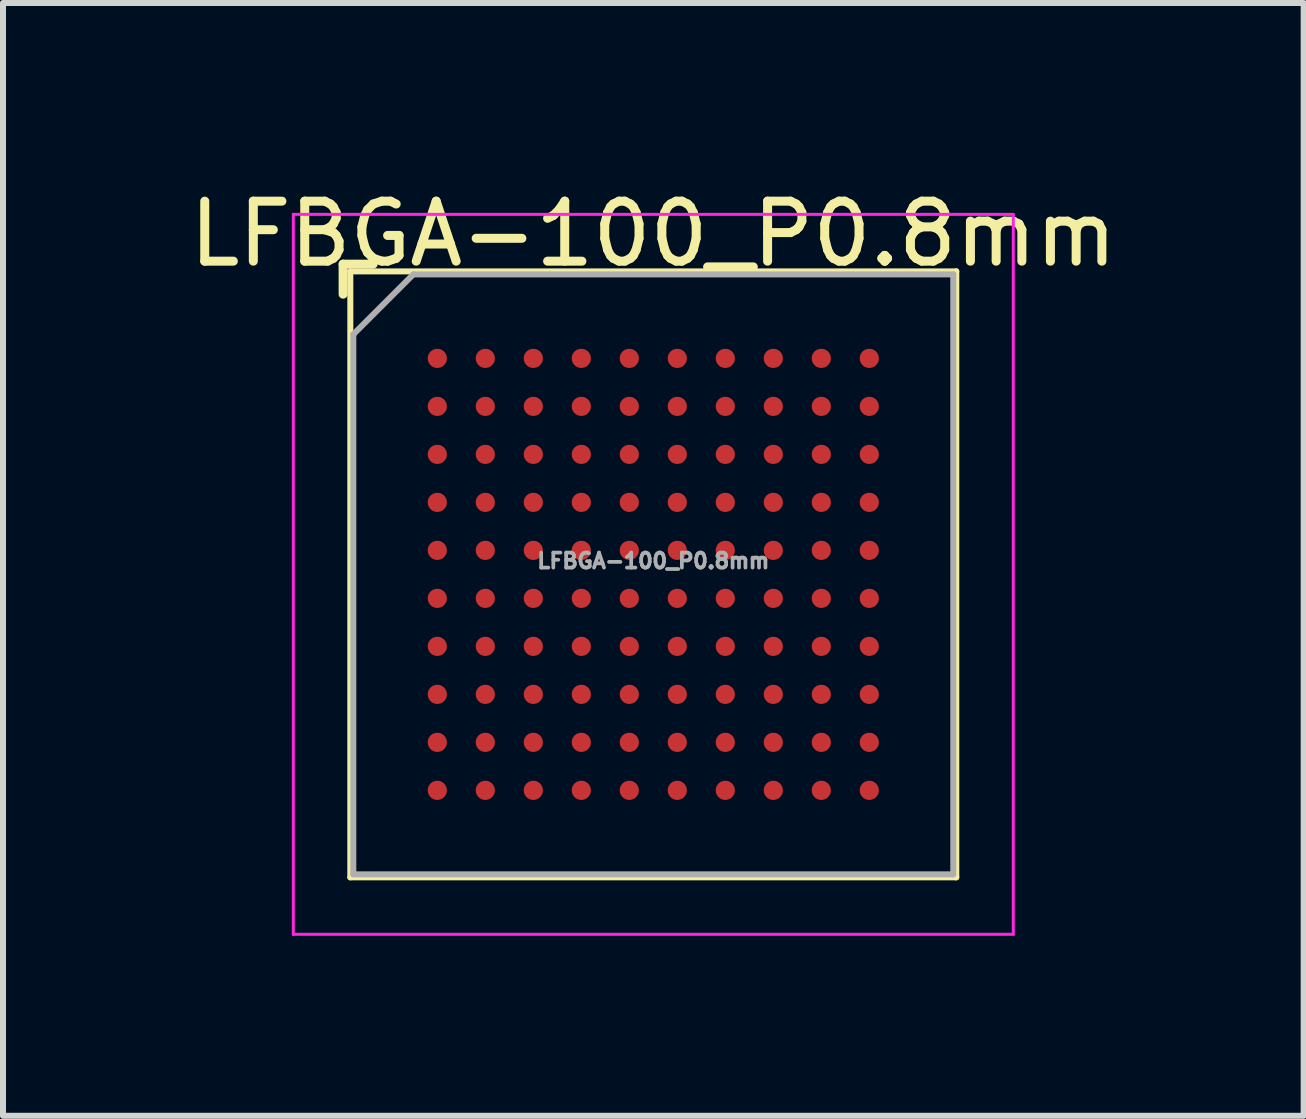
<source format=kicad_pcb>
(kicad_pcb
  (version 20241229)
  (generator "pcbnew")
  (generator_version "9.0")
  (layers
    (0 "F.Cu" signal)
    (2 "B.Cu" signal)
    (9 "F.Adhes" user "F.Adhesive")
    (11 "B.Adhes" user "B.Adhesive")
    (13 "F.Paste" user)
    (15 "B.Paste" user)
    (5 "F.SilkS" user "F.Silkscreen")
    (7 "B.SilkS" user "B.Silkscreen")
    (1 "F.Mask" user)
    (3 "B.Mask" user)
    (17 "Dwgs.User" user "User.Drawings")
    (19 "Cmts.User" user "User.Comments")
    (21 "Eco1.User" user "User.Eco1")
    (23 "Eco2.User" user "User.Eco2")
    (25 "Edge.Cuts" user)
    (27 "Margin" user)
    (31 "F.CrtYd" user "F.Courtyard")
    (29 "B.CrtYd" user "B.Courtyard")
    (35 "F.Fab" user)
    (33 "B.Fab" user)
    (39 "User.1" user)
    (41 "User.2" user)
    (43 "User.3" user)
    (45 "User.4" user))
  (footprint "LFBGA-100_P0.8mm"
    (layer "F.Cu")
    (at 7.839 6.523)
    (property "Reference" "LFBGA-100_P0.8mm" (at 0 -5.675 0) (layer "F.SilkS") (effects (font (size 1 1) (thickness 0.15))))
    (attr smd)
    (fp_line (start -5.17 -5.17) (end -4.67 -5.17) (stroke (width 0.15) (type default)) (layer "F.SilkS"))
    (fp_line (start -5.17 -4.67) (end -5.17 -5.17) (stroke (width 0.15) (type default)) (layer "F.SilkS"))
    (fp_line (start -5.05 -5.05) (end 5.05 -5.05) (stroke (width 0.1) (type solid)) (layer "F.SilkS"))
    (fp_line (start -5.05 5.05) (end -5.05 -5.05) (stroke (width 0.1) (type solid)) (layer "F.SilkS"))
    (fp_line (start 5.05 -5.05) (end 5.05 5.05) (stroke (width 0.1) (type solid)) (layer "F.SilkS"))
    (fp_line (start 5.05 5.05) (end -5.05 5.05) (stroke (width 0.1) (type solid)) (layer "F.SilkS"))
    (fp_line (start -6 -6) (end -6 6) (stroke (width 0.05) (type solid)) (layer "F.CrtYd"))
    (fp_line (start -6 6) (end 6 6) (stroke (width 0.05) (type solid)) (layer "F.CrtYd"))
    (fp_line (start 6 -6) (end -6 -6) (stroke (width 0.05) (type solid)) (layer "F.CrtYd"))
    (fp_line (start 6 6) (end 6 -6) (stroke (width 0.05) (type solid)) (layer "F.CrtYd"))
    (fp_line (start -5 -4) (end -4 -5) (stroke (width 0.1) (type solid)) (layer "F.Fab"))
    (fp_line (start -5 5) (end -5 -4) (stroke (width 0.1) (type solid)) (layer "F.Fab"))
    (fp_line (start -4 -5) (end 5 -5) (stroke (width 0.1) (type solid)) (layer "F.Fab"))
    (fp_line (start 5 -5) (end 5 5) (stroke (width 0.1) (type solid)) (layer "F.Fab"))
    (fp_line (start 5 5) (end -5 5) (stroke (width 0.1) (type solid)) (layer "F.Fab"))
    (fp_text user "${REFERENCE}" (at 0 -0.225 0) (layer "F.Fab") (effects (font (size 0.25 0.25) (thickness 0.062))))
    (pad "A0" smd circle (at -3.6 -3.6) (size 0.32 0.32) (layers "F.Cu" "F.Mask" "F.Paste"))
    (pad "A1" smd circle (at -2.8 -3.6) (size 0.32 0.32) (layers "F.Cu" "F.Mask" "F.Paste"))
    (pad "A2" smd circle (at -2 -3.6) (size 0.32 0.32) (layers "F.Cu" "F.Mask" "F.Paste"))
    (pad "A3" smd circle (at -1.2 -3.6) (size 0.32 0.32) (layers "F.Cu" "F.Mask" "F.Paste"))
    (pad "A4" smd circle (at -0.4 -3.6) (size 0.32 0.32) (layers "F.Cu" "F.Mask" "F.Paste"))
    (pad "A5" smd circle (at 0.4 -3.6) (size 0.32 0.32) (layers "F.Cu" "F.Mask" "F.Paste"))
    (pad "A6" smd circle (at 1.2 -3.6) (size 0.32 0.32) (layers "F.Cu" "F.Mask" "F.Paste"))
    (pad "A7" smd circle (at 2 -3.6) (size 0.32 0.32) (layers "F.Cu" "F.Mask" "F.Paste"))
    (pad "A8" smd circle (at 2.8 -3.6) (size 0.32 0.32) (layers "F.Cu" "F.Mask" "F.Paste"))
    (pad "A9" smd circle (at 3.6 -3.6) (size 0.32 0.32) (layers "F.Cu" "F.Mask" "F.Paste"))
    (pad "B0" smd circle (at -3.6 -2.8) (size 0.32 0.32) (layers "F.Cu" "F.Mask" "F.Paste"))
    (pad "B1" smd circle (at -2.8 -2.8) (size 0.32 0.32) (layers "F.Cu" "F.Mask" "F.Paste"))
    (pad "B2" smd circle (at -2 -2.8) (size 0.32 0.32) (layers "F.Cu" "F.Mask" "F.Paste"))
    (pad "B3" smd circle (at -1.2 -2.8) (size 0.32 0.32) (layers "F.Cu" "F.Mask" "F.Paste"))
    (pad "B4" smd circle (at -0.4 -2.8) (size 0.32 0.32) (layers "F.Cu" "F.Mask" "F.Paste"))
    (pad "B5" smd circle (at 0.4 -2.8) (size 0.32 0.32) (layers "F.Cu" "F.Mask" "F.Paste"))
    (pad "B6" smd circle (at 1.2 -2.8) (size 0.32 0.32) (layers "F.Cu" "F.Mask" "F.Paste"))
    (pad "B7" smd circle (at 2 -2.8) (size 0.32 0.32) (layers "F.Cu" "F.Mask" "F.Paste"))
    (pad "B8" smd circle (at 2.8 -2.8) (size 0.32 0.32) (layers "F.Cu" "F.Mask" "F.Paste"))
    (pad "B9" smd circle (at 3.6 -2.8) (size 0.32 0.32) (layers "F.Cu" "F.Mask" "F.Paste"))
    (pad "C0" smd circle (at -3.6 -2) (size 0.32 0.32) (layers "F.Cu" "F.Mask" "F.Paste"))
    (pad "C1" smd circle (at -2.8 -2) (size 0.32 0.32) (layers "F.Cu" "F.Mask" "F.Paste"))
    (pad "C2" smd circle (at -2 -2) (size 0.32 0.32) (layers "F.Cu" "F.Mask" "F.Paste"))
    (pad "C3" smd circle (at -1.2 -2) (size 0.32 0.32) (layers "F.Cu" "F.Mask" "F.Paste"))
    (pad "C4" smd circle (at -0.4 -2) (size 0.32 0.32) (layers "F.Cu" "F.Mask" "F.Paste"))
    (pad "C5" smd circle (at 0.4 -2) (size 0.32 0.32) (layers "F.Cu" "F.Mask" "F.Paste"))
    (pad "C6" smd circle (at 1.2 -2) (size 0.32 0.32) (layers "F.Cu" "F.Mask" "F.Paste"))
    (pad "C7" smd circle (at 2 -2) (size 0.32 0.32) (layers "F.Cu" "F.Mask" "F.Paste"))
    (pad "C8" smd circle (at 2.8 -2) (size 0.32 0.32) (layers "F.Cu" "F.Mask" "F.Paste"))
    (pad "C9" smd circle (at 3.6 -2) (size 0.32 0.32) (layers "F.Cu" "F.Mask" "F.Paste"))
    (pad "D0" smd circle (at -3.6 -1.2) (size 0.32 0.32) (layers "F.Cu" "F.Mask" "F.Paste"))
    (pad "D1" smd circle (at -2.8 -1.2) (size 0.32 0.32) (layers "F.Cu" "F.Mask" "F.Paste"))
    (pad "D2" smd circle (at -2 -1.2) (size 0.32 0.32) (layers "F.Cu" "F.Mask" "F.Paste"))
    (pad "D3" smd circle (at -1.2 -1.2) (size 0.32 0.32) (layers "F.Cu" "F.Mask" "F.Paste"))
    (pad "D4" smd circle (at -0.4 -1.2) (size 0.32 0.32) (layers "F.Cu" "F.Mask" "F.Paste"))
    (pad "D5" smd circle (at 0.4 -1.2) (size 0.32 0.32) (layers "F.Cu" "F.Mask" "F.Paste"))
    (pad "D6" smd circle (at 1.2 -1.2) (size 0.32 0.32) (layers "F.Cu" "F.Mask" "F.Paste"))
    (pad "D7" smd circle (at 2 -1.2) (size 0.32 0.32) (layers "F.Cu" "F.Mask" "F.Paste"))
    (pad "D8" smd circle (at 2.8 -1.2) (size 0.32 0.32) (layers "F.Cu" "F.Mask" "F.Paste"))
    (pad "D9" smd circle (at 3.6 -1.2) (size 0.32 0.32) (layers "F.Cu" "F.Mask" "F.Paste"))
    (pad "E0" smd circle (at -3.6 -0.4) (size 0.32 0.32) (layers "F.Cu" "F.Mask" "F.Paste"))
    (pad "E1" smd circle (at -2.8 -0.4) (size 0.32 0.32) (layers "F.Cu" "F.Mask" "F.Paste"))
    (pad "E2" smd circle (at -2 -0.4) (size 0.32 0.32) (layers "F.Cu" "F.Mask" "F.Paste"))
    (pad "E3" smd circle (at -1.2 -0.4) (size 0.32 0.32) (layers "F.Cu" "F.Mask" "F.Paste"))
    (pad "E4" smd circle (at -0.4 -0.4) (size 0.32 0.32) (layers "F.Cu" "F.Mask" "F.Paste"))
    (pad "E5" smd circle (at 0.4 -0.4) (size 0.32 0.32) (layers "F.Cu" "F.Mask" "F.Paste"))
    (pad "E6" smd circle (at 1.2 -0.4) (size 0.32 0.32) (layers "F.Cu" "F.Mask" "F.Paste"))
    (pad "E7" smd circle (at 2 -0.4) (size 0.32 0.32) (layers "F.Cu" "F.Mask" "F.Paste"))
    (pad "E8" smd circle (at 2.8 -0.4) (size 0.32 0.32) (layers "F.Cu" "F.Mask" "F.Paste"))
    (pad "E9" smd circle (at 3.6 -0.4) (size 0.32 0.32) (layers "F.Cu" "F.Mask" "F.Paste"))
    (pad "F0" smd circle (at -3.6 0.4) (size 0.32 0.32) (layers "F.Cu" "F.Mask" "F.Paste"))
    (pad "F1" smd circle (at -2.8 0.4) (size 0.32 0.32) (layers "F.Cu" "F.Mask" "F.Paste"))
    (pad "F2" smd circle (at -2 0.4) (size 0.32 0.32) (layers "F.Cu" "F.Mask" "F.Paste"))
    (pad "F3" smd circle (at -1.2 0.4) (size 0.32 0.32) (layers "F.Cu" "F.Mask" "F.Paste"))
    (pad "F4" smd circle (at -0.4 0.4) (size 0.32 0.32) (layers "F.Cu" "F.Mask" "F.Paste"))
    (pad "F5" smd circle (at 0.4 0.4) (size 0.32 0.32) (layers "F.Cu" "F.Mask" "F.Paste"))
    (pad "F6" smd circle (at 1.2 0.4) (size 0.32 0.32) (layers "F.Cu" "F.Mask" "F.Paste"))
    (pad "F7" smd circle (at 2 0.4) (size 0.32 0.32) (layers "F.Cu" "F.Mask" "F.Paste"))
    (pad "F8" smd circle (at 2.8 0.4) (size 0.32 0.32) (layers "F.Cu" "F.Mask" "F.Paste"))
    (pad "F9" smd circle (at 3.6 0.4) (size 0.32 0.32) (layers "F.Cu" "F.Mask" "F.Paste"))
    (pad "G0" smd circle (at -3.6 1.2) (size 0.32 0.32) (layers "F.Cu" "F.Mask" "F.Paste"))
    (pad "G1" smd circle (at -2.8 1.2) (size 0.32 0.32) (layers "F.Cu" "F.Mask" "F.Paste"))
    (pad "G2" smd circle (at -2 1.2) (size 0.32 0.32) (layers "F.Cu" "F.Mask" "F.Paste"))
    (pad "G3" smd circle (at -1.2 1.2) (size 0.32 0.32) (layers "F.Cu" "F.Mask" "F.Paste"))
    (pad "G4" smd circle (at -0.4 1.2) (size 0.32 0.32) (layers "F.Cu" "F.Mask" "F.Paste"))
    (pad "G5" smd circle (at 0.4 1.2) (size 0.32 0.32) (layers "F.Cu" "F.Mask" "F.Paste"))
    (pad "G6" smd circle (at 1.2 1.2) (size 0.32 0.32) (layers "F.Cu" "F.Mask" "F.Paste"))
    (pad "G7" smd circle (at 2 1.2) (size 0.32 0.32) (layers "F.Cu" "F.Mask" "F.Paste"))
    (pad "G8" smd circle (at 2.8 1.2) (size 0.32 0.32) (layers "F.Cu" "F.Mask" "F.Paste"))
    (pad "G9" smd circle (at 3.6 1.2) (size 0.32 0.32) (layers "F.Cu" "F.Mask" "F.Paste"))
    (pad "H0" smd circle (at -3.6 2) (size 0.32 0.32) (layers "F.Cu" "F.Mask" "F.Paste"))
    (pad "H1" smd circle (at -2.8 2) (size 0.32 0.32) (layers "F.Cu" "F.Mask" "F.Paste"))
    (pad "H2" smd circle (at -2 2) (size 0.32 0.32) (layers "F.Cu" "F.Mask" "F.Paste"))
    (pad "H3" smd circle (at -1.2 2) (size 0.32 0.32) (layers "F.Cu" "F.Mask" "F.Paste"))
    (pad "H4" smd circle (at -0.4 2) (size 0.32 0.32) (layers "F.Cu" "F.Mask" "F.Paste"))
    (pad "H5" smd circle (at 0.4 2) (size 0.32 0.32) (layers "F.Cu" "F.Mask" "F.Paste"))
    (pad "H6" smd circle (at 1.2 2) (size 0.32 0.32) (layers "F.Cu" "F.Mask" "F.Paste"))
    (pad "H7" smd circle (at 2 2) (size 0.32 0.32) (layers "F.Cu" "F.Mask" "F.Paste"))
    (pad "H8" smd circle (at 2.8 2) (size 0.32 0.32) (layers "F.Cu" "F.Mask" "F.Paste"))
    (pad "H9" smd circle (at 3.6 2) (size 0.32 0.32) (layers "F.Cu" "F.Mask" "F.Paste"))
    (pad "J0" smd circle (at -3.6 2.8) (size 0.32 0.32) (layers "F.Cu" "F.Mask" "F.Paste"))
    (pad "J1" smd circle (at -2.8 2.8) (size 0.32 0.32) (layers "F.Cu" "F.Mask" "F.Paste"))
    (pad "J2" smd circle (at -2 2.8) (size 0.32 0.32) (layers "F.Cu" "F.Mask" "F.Paste"))
    (pad "J3" smd circle (at -1.2 2.8) (size 0.32 0.32) (layers "F.Cu" "F.Mask" "F.Paste"))
    (pad "J4" smd circle (at -0.4 2.8) (size 0.32 0.32) (layers "F.Cu" "F.Mask" "F.Paste"))
    (pad "J5" smd circle (at 0.4 2.8) (size 0.32 0.32) (layers "F.Cu" "F.Mask" "F.Paste"))
    (pad "J6" smd circle (at 1.2 2.8) (size 0.32 0.32) (layers "F.Cu" "F.Mask" "F.Paste"))
    (pad "J7" smd circle (at 2 2.8) (size 0.32 0.32) (layers "F.Cu" "F.Mask" "F.Paste"))
    (pad "J8" smd circle (at 2.8 2.8) (size 0.32 0.32) (layers "F.Cu" "F.Mask" "F.Paste"))
    (pad "J9" smd circle (at 3.6 2.8) (size 0.32 0.32) (layers "F.Cu" "F.Mask" "F.Paste"))
    (pad "K0" smd circle (at -3.6 3.6) (size 0.32 0.32) (layers "F.Cu" "F.Mask" "F.Paste"))
    (pad "K1" smd circle (at -2.8 3.6) (size 0.32 0.32) (layers "F.Cu" "F.Mask" "F.Paste"))
    (pad "K2" smd circle (at -2 3.6) (size 0.32 0.32) (layers "F.Cu" "F.Mask" "F.Paste"))
    (pad "K3" smd circle (at -1.2 3.6) (size 0.32 0.32) (layers "F.Cu" "F.Mask" "F.Paste"))
    (pad "K4" smd circle (at -0.4 3.6) (size 0.32 0.32) (layers "F.Cu" "F.Mask" "F.Paste"))
    (pad "K5" smd circle (at 0.4 3.6) (size 0.32 0.32) (layers "F.Cu" "F.Mask" "F.Paste"))
    (pad "K6" smd circle (at 1.2 3.6) (size 0.32 0.32) (layers "F.Cu" "F.Mask" "F.Paste"))
    (pad "K7" smd circle (at 2 3.6) (size 0.32 0.32) (layers "F.Cu" "F.Mask" "F.Paste"))
    (pad "K8" smd circle (at 2.8 3.6) (size 0.32 0.32) (layers "F.Cu" "F.Mask" "F.Paste"))
    (pad "K9" smd circle (at 3.6 3.6) (size 0.32 0.32) (layers "F.Cu" "F.Mask" "F.Paste")))
  (gr_rect
    (start -3 -3)
    (end 18.679 15.548)
    (stroke (width 0.1) (type default))
    (fill no)
    (layer "Edge.Cuts")))
</source>
